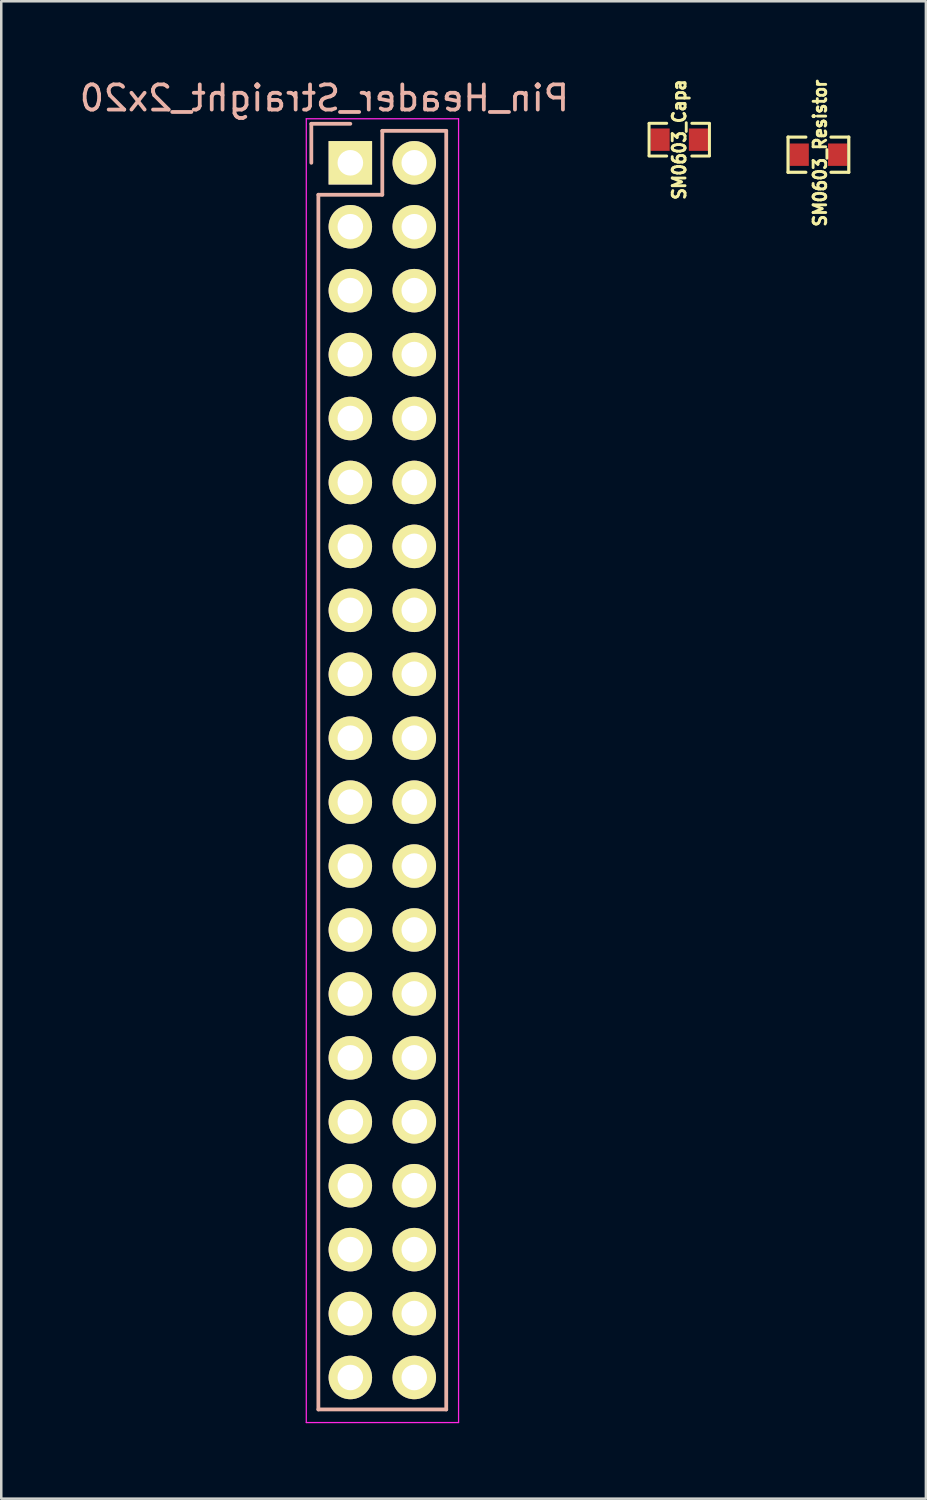
<source format=kicad_pcb>
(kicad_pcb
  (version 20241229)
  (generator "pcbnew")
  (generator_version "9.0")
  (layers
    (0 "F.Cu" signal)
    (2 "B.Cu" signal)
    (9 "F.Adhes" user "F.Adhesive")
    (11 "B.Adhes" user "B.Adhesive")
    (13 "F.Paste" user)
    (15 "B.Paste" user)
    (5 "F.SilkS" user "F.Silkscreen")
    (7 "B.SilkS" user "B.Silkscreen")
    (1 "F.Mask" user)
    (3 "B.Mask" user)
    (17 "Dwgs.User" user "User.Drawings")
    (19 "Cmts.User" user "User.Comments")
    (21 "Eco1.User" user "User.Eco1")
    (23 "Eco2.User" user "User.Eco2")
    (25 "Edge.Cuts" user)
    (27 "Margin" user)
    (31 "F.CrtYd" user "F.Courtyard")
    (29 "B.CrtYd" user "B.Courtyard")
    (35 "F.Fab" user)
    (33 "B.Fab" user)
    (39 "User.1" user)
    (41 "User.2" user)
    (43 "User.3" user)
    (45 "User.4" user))
  (footprint "Pin_Header_Straight_2x20"
    (layer "F.Cu")
    (at 12.139 27.548)
    (property "Reference" "Pin_Header_Straight_2x20" (at -2.3 -26.7 0) (layer "B.SilkS") (effects (font (size 1 1) (thickness 0.15)) (justify mirror)))
    (attr through_hole)
    (fp_line (start -2.82 -25.68) (end -2.82 -24.13) (stroke (width 0.15) (type solid)) (layer "B.SilkS"))
    (fp_line (start -2.54 -22.86) (end -2.54 25.4) (stroke (width 0.15) (type solid)) (layer "B.SilkS"))
    (fp_line (start -1.27 -25.68) (end -2.82 -25.68) (stroke (width 0.15) (type solid)) (layer "B.SilkS"))
    (fp_line (start 0 -25.4) (end 0 -22.86) (stroke (width 0.15) (type solid)) (layer "B.SilkS"))
    (fp_line (start 0 -22.86) (end -2.54 -22.86) (stroke (width 0.15) (type solid)) (layer "B.SilkS"))
    (fp_line (start 2.54 -25.4) (end 0 -25.4) (stroke (width 0.15) (type solid)) (layer "B.SilkS"))
    (fp_line (start 2.54 25.4) (end -2.54 25.4) (stroke (width 0.15) (type solid)) (layer "B.SilkS"))
    (fp_line (start 2.54 25.4) (end 2.54 -25.4) (stroke (width 0.15) (type solid)) (layer "B.SilkS"))
    (fp_line (start -3.02 -25.88) (end -3.02 25.92) (stroke (width 0.05) (type solid)) (layer "F.CrtYd"))
    (fp_line (start -3.02 -25.88) (end 3.03 -25.88) (stroke (width 0.05) (type solid)) (layer "F.CrtYd"))
    (fp_line (start -3.02 25.92) (end 3.03 25.92) (stroke (width 0.05) (type solid)) (layer "F.CrtYd"))
    (fp_line (start 3.03 -25.88) (end 3.03 25.92) (stroke (width 0.05) (type solid)) (layer "F.CrtYd"))
    (pad "1" thru_hole rect (at -1.27 -24.13) (size 1.727 1.727) (drill 1.016) (layers "*.Cu" "*.Mask" "F.SilkS"))
    (pad "2" thru_hole oval (at 1.27 -24.13) (size 1.727 1.727) (drill 1.016) (layers "*.Cu" "*.Mask" "F.SilkS"))
    (pad "3" thru_hole oval (at -1.27 -21.59) (size 1.727 1.727) (drill 1.016) (layers "*.Cu" "*.Mask" "F.SilkS"))
    (pad "4" thru_hole oval (at 1.27 -21.59) (size 1.727 1.727) (drill 1.016) (layers "*.Cu" "*.Mask" "F.SilkS"))
    (pad "5" thru_hole oval (at -1.27 -19.05) (size 1.727 1.727) (drill 1.016) (layers "*.Cu" "*.Mask" "F.SilkS"))
    (pad "6" thru_hole oval (at 1.27 -19.05) (size 1.727 1.727) (drill 1.016) (layers "*.Cu" "*.Mask" "F.SilkS"))
    (pad "7" thru_hole oval (at -1.27 -16.51) (size 1.727 1.727) (drill 1.016) (layers "*.Cu" "*.Mask" "F.SilkS"))
    (pad "8" thru_hole oval (at 1.27 -16.51) (size 1.727 1.727) (drill 1.016) (layers "*.Cu" "*.Mask" "F.SilkS"))
    (pad "9" thru_hole oval (at -1.27 -13.97) (size 1.727 1.727) (drill 1.016) (layers "*.Cu" "*.Mask" "F.SilkS"))
    (pad "10" thru_hole oval (at 1.27 -13.97) (size 1.727 1.727) (drill 1.016) (layers "*.Cu" "*.Mask" "F.SilkS"))
    (pad "11" thru_hole oval (at -1.27 -11.43) (size 1.727 1.727) (drill 1.016) (layers "*.Cu" "*.Mask" "F.SilkS"))
    (pad "12" thru_hole oval (at 1.27 -11.43) (size 1.727 1.727) (drill 1.016) (layers "*.Cu" "*.Mask" "F.SilkS"))
    (pad "13" thru_hole oval (at -1.27 -8.89) (size 1.727 1.727) (drill 1.016) (layers "*.Cu" "*.Mask" "F.SilkS"))
    (pad "14" thru_hole oval (at 1.27 -8.89) (size 1.727 1.727) (drill 1.016) (layers "*.Cu" "*.Mask" "F.SilkS"))
    (pad "15" thru_hole oval (at -1.27 -6.35) (size 1.727 1.727) (drill 1.016) (layers "*.Cu" "*.Mask" "F.SilkS"))
    (pad "16" thru_hole oval (at 1.27 -6.35) (size 1.727 1.727) (drill 1.016) (layers "*.Cu" "*.Mask" "F.SilkS"))
    (pad "17" thru_hole oval (at -1.27 -3.81) (size 1.727 1.727) (drill 1.016) (layers "*.Cu" "*.Mask" "F.SilkS"))
    (pad "18" thru_hole oval (at 1.27 -3.81) (size 1.727 1.727) (drill 1.016) (layers "*.Cu" "*.Mask" "F.SilkS"))
    (pad "19" thru_hole oval (at -1.27 -1.27) (size 1.727 1.727) (drill 1.016) (layers "*.Cu" "*.Mask" "F.SilkS"))
    (pad "20" thru_hole oval (at 1.27 -1.27) (size 1.727 1.727) (drill 1.016) (layers "*.Cu" "*.Mask" "F.SilkS"))
    (pad "21" thru_hole oval (at -1.27 1.27) (size 1.727 1.727) (drill 1.016) (layers "*.Cu" "*.Mask" "F.SilkS"))
    (pad "22" thru_hole oval (at 1.27 1.27) (size 1.727 1.727) (drill 1.016) (layers "*.Cu" "*.Mask" "F.SilkS"))
    (pad "23" thru_hole oval (at -1.27 3.81) (size 1.727 1.727) (drill 1.016) (layers "*.Cu" "*.Mask" "F.SilkS"))
    (pad "24" thru_hole oval (at 1.27 3.81) (size 1.727 1.727) (drill 1.016) (layers "*.Cu" "*.Mask" "F.SilkS"))
    (pad "25" thru_hole oval (at -1.27 6.35) (size 1.727 1.727) (drill 1.016) (layers "*.Cu" "*.Mask" "F.SilkS"))
    (pad "26" thru_hole oval (at 1.27 6.35) (size 1.727 1.727) (drill 1.016) (layers "*.Cu" "*.Mask" "F.SilkS"))
    (pad "27" thru_hole oval (at -1.27 8.89) (size 1.727 1.727) (drill 1.016) (layers "*.Cu" "*.Mask" "F.SilkS"))
    (pad "28" thru_hole oval (at 1.27 8.89) (size 1.727 1.727) (drill 1.016) (layers "*.Cu" "*.Mask" "F.SilkS"))
    (pad "29" thru_hole oval (at -1.27 11.43) (size 1.727 1.727) (drill 1.016) (layers "*.Cu" "*.Mask" "F.SilkS"))
    (pad "30" thru_hole oval (at 1.27 11.43) (size 1.727 1.727) (drill 1.016) (layers "*.Cu" "*.Mask" "F.SilkS"))
    (pad "31" thru_hole oval (at -1.27 13.97) (size 1.727 1.727) (drill 1.016) (layers "*.Cu" "*.Mask" "F.SilkS"))
    (pad "32" thru_hole oval (at 1.27 13.97) (size 1.727 1.727) (drill 1.016) (layers "*.Cu" "*.Mask" "F.SilkS"))
    (pad "33" thru_hole oval (at -1.27 16.51) (size 1.727 1.727) (drill 1.016) (layers "*.Cu" "*.Mask" "F.SilkS"))
    (pad "34" thru_hole oval (at 1.27 16.51) (size 1.727 1.727) (drill 1.016) (layers "*.Cu" "*.Mask" "F.SilkS"))
    (pad "35" thru_hole oval (at -1.27 19.05) (size 1.727 1.727) (drill 1.016) (layers "*.Cu" "*.Mask" "F.SilkS"))
    (pad "36" thru_hole oval (at 1.27 19.05) (size 1.727 1.727) (drill 1.016) (layers "*.Cu" "*.Mask" "F.SilkS"))
    (pad "37" thru_hole oval (at -1.27 21.59) (size 1.727 1.727) (drill 1.016) (layers "*.Cu" "*.Mask" "F.SilkS"))
    (pad "38" thru_hole oval (at 1.27 21.59) (size 1.727 1.727) (drill 1.016) (layers "*.Cu" "*.Mask" "F.SilkS"))
    (pad "39" thru_hole oval (at -1.27 24.13) (size 1.727 1.727) (drill 1.016) (layers "*.Cu" "*.Mask" "F.SilkS"))
    (pad "40" thru_hole oval (at 1.27 24.13) (size 1.727 1.727) (drill 1.016) (layers "*.Cu" "*.Mask" "F.SilkS")))
  (footprint "SM0603_Resistor"
    (layer "F.Cu")
    (at 29.466 3.096)
    (property "Reference" "SM0603_Resistor" (at 0.064 -0.064 270) (layer "F.SilkS") (effects (font (size 0.5 0.457) (thickness 0.114))))
    (attr smd)
    (fp_line (start -1.206 -0.699) (end -1.206 0.699) (stroke (width 0.127) (type solid)) (layer "F.SilkS"))
    (fp_line (start -1.206 0.699) (end -0.5 0.699) (stroke (width 0.127) (type solid)) (layer "F.SilkS"))
    (fp_line (start -0.5 -0.699) (end -1.206 -0.699) (stroke (width 0.127) (type solid)) (layer "F.SilkS"))
    (fp_line (start 1.206 -0.699) (end 0.5 -0.699) (stroke (width 0.127) (type solid)) (layer "F.SilkS"))
    (fp_line (start 1.206 -0.699) (end 1.206 0.699) (stroke (width 0.127) (type solid)) (layer "F.SilkS"))
    (fp_line (start 1.206 0.699) (end 0.5 0.699) (stroke (width 0.127) (type solid)) (layer "F.SilkS"))
    (pad "1" smd rect (at -0.762 0) (size 0.762 0.889) (layers "F.Cu" "F.Mask" "F.Paste"))
    (pad "2" smd rect (at 0.762 0) (size 0.762 0.889) (layers "F.Cu" "F.Mask" "F.Paste")))
  (footprint "SM0603_Capa"
    (layer "F.Cu")
    (at 23.937 2.499)
    (property "Reference" "SM0603_Capa" (at 0 0 90) (layer "F.SilkS") (effects (font (size 0.508 0.457) (thickness 0.114))))
    (attr smd)
    (fp_line (start -1.199 -0.65) (end -0.5 -0.65) (stroke (width 0.119) (type solid)) (layer "F.SilkS"))
    (fp_line (start -1.199 0.635) (end -1.199 -0.635) (stroke (width 0.119) (type solid)) (layer "F.SilkS"))
    (fp_line (start -0.5 0.65) (end -1.199 0.65) (stroke (width 0.119) (type solid)) (layer "F.SilkS"))
    (fp_line (start 0.5 -0.65) (end 1.199 -0.65) (stroke (width 0.119) (type solid)) (layer "F.SilkS"))
    (fp_line (start 0.5 0.65) (end 1.199 0.65) (stroke (width 0.119) (type solid)) (layer "F.SilkS"))
    (fp_line (start 1.199 -0.635) (end 1.199 0.635) (stroke (width 0.119) (type solid)) (layer "F.SilkS"))
    (pad "1" smd rect (at -0.762 0) (size 0.762 0.889) (layers "F.Cu" "F.Mask" "F.Paste"))
    (pad "2" smd rect (at 0.762 0) (size 0.762 0.889) (layers "F.Cu" "F.Mask" "F.Paste")))
  (gr_rect
    (start -3 -3)
    (end 33.736 56.493)
    (stroke (width 0.1) (type default))
    (fill no)
    (layer "Edge.Cuts")))
</source>
